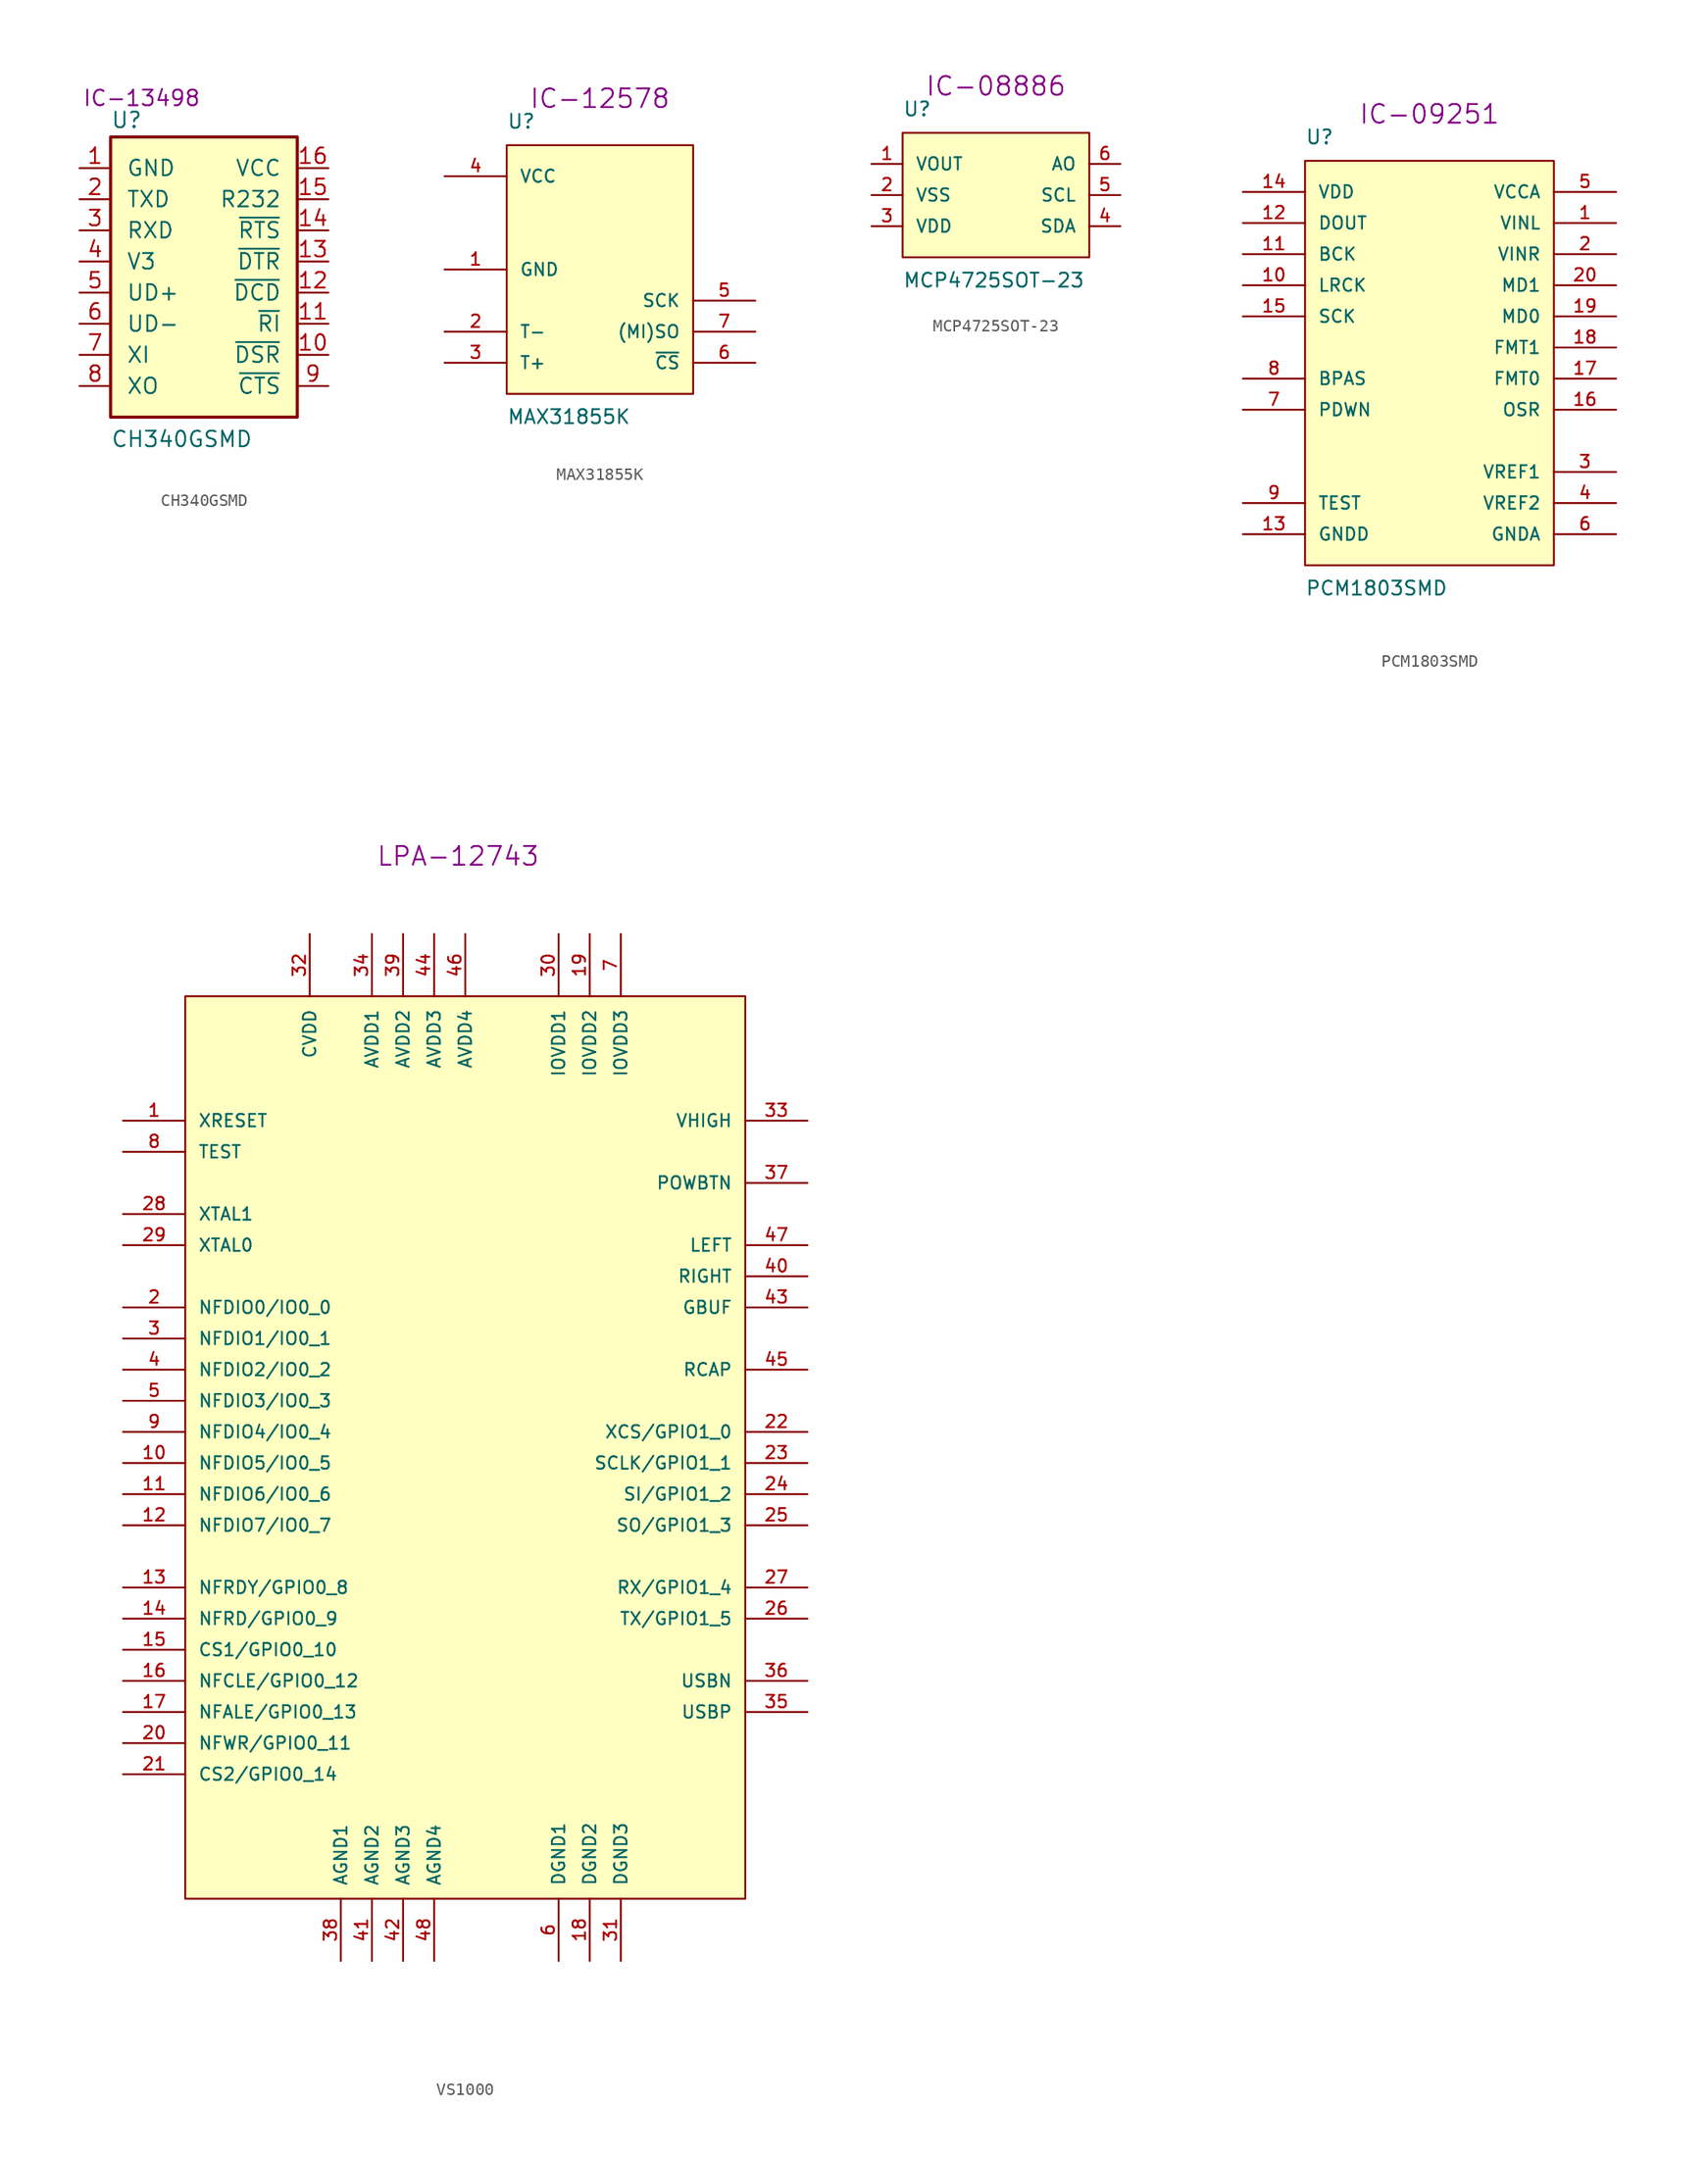
<source format=kicad_sym>
(kicad_symbol_lib
  (version 20201005)
  (generator kicad_symbol_editor)
  (symbol "CH340GSMD"
    (pin_names
      (offset 1.27))
    (property "Reference" "U"
      (at -7.62 10.795 0)
      (effects (font (size 1.27 1.27)) (justify left bottom)))
    (property "Value" "CH340GSMD"
      (at -7.62 -15.24 0)
      (effects (font (size 1.27 1.27)) (justify left bottom)))
    (property "Field4" "IC-13498"
      (at -5.08 13.335 0)
      (effects (font (size 1.27 1.27))))
    (symbol "CH340GSMD_1_1"
      (rectangle (start -7.62 -12.7) (end 7.62 10.16) (stroke (width 0.254)) (fill (type background)))
      (pin bidirectional line (at -10.16 7.62 0) (length 2.54) (name "GND" (effects (font (size 1.27 1.27)))) (number "1" (effects (font (size 1.27 1.27)))))
      (pin bidirectional line (at -10.16 5.08 0) (length 2.54) (name "TXD" (effects (font (size 1.27 1.27)))) (number "2" (effects (font (size 1.27 1.27)))))
      (pin bidirectional line (at -10.16 2.54 0) (length 2.54) (name "RXD" (effects (font (size 1.27 1.27)))) (number "3" (effects (font (size 1.27 1.27)))))
      (pin bidirectional line (at -10.16 0 0) (length 2.54) (name "V3" (effects (font (size 1.27 1.27)))) (number "4" (effects (font (size 1.27 1.27)))))
      (pin bidirectional line (at -10.16 -2.54 0) (length 2.54) (name "UD+" (effects (font (size 1.27 1.27)))) (number "5" (effects (font (size 1.27 1.27)))))
      (pin bidirectional line (at -10.16 -5.08 0) (length 2.54) (name "UD-" (effects (font (size 1.27 1.27)))) (number "6" (effects (font (size 1.27 1.27)))))
      (pin bidirectional line (at -10.16 -7.62 0) (length 2.54) (name "XI" (effects (font (size 1.27 1.27)))) (number "7" (effects (font (size 1.27 1.27)))))
      (pin bidirectional line (at -10.16 -10.16 0) (length 2.54) (name "XO" (effects (font (size 1.27 1.27)))) (number "8" (effects (font (size 1.27 1.27)))))
      (pin bidirectional line (at 10.16 -10.16 180) (length 2.54) (name "~CTS" (effects (font (size 1.27 1.27)))) (number "9" (effects (font (size 1.27 1.27)))))
      (pin bidirectional line (at 10.16 -7.62 180) (length 2.54) (name "~DSR" (effects (font (size 1.27 1.27)))) (number "10" (effects (font (size 1.27 1.27)))))
      (pin bidirectional line (at 10.16 -5.08 180) (length 2.54) (name "~RI" (effects (font (size 1.27 1.27)))) (number "11" (effects (font (size 1.27 1.27)))))
      (pin bidirectional line (at 10.16 -2.54 180) (length 2.54) (name "~DCD" (effects (font (size 1.27 1.27)))) (number "12" (effects (font (size 1.27 1.27)))))
      (pin bidirectional line (at 10.16 0 180) (length 2.54) (name "~DTR" (effects (font (size 1.27 1.27)))) (number "13" (effects (font (size 1.27 1.27)))))
      (pin bidirectional line (at 10.16 2.54 180) (length 2.54) (name "~RTS" (effects (font (size 1.27 1.27)))) (number "14" (effects (font (size 1.27 1.27)))))
      (pin bidirectional line (at 10.16 5.08 180) (length 2.54) (name "R232" (effects (font (size 1.27 1.27)))) (number "15" (effects (font (size 1.27 1.27)))))
      (pin bidirectional line (at 10.16 7.62 180) (length 2.54) (name "VCC" (effects (font (size 1.27 1.27)))) (number "16" (effects (font (size 1.27 1.27)))))))
  (symbol "MAX31855K"
    (pin_names
      (offset 1.016))
    (property "Reference" "U"
      (at -7.62 11.43 0)
      (effects (font (size 1.143 1.143)) (justify left bottom)))
    (property "Value" "MAX31855K"
      (at -7.62 -12.7 0)
      (effects (font (size 1.143 1.143)) (justify left bottom)))
    (property "Field4" "IC-12578"
      (at 0 13.97 0)
      (effects (font (size 1.524 1.524))))
    (property "ki_locked" ""
      (at 0 0 0)
      (effects (font (size 1.27 1.27))))
    (symbol "MAX31855K_1_1"
      (polyline (pts (xy -7.62 -10.16) (xy 7.62 -10.16) (xy 7.62 10.16) (xy -7.62 10.16) (xy -7.62 -10.16)) (stroke (width 0)) (fill (type background)))
      (pin bidirectional line (at -12.7 0 0) (length 5.08) (name "GND" (effects (font (size 1.016 1.016)))) (number "1" (effects (font (size 1.016 1.016)))))
      (pin bidirectional line (at -12.7 -5.08 0) (length 5.08) (name "T-" (effects (font (size 1.016 1.016)))) (number "2" (effects (font (size 1.016 1.016)))))
      (pin bidirectional line (at -12.7 -7.62 0) (length 5.08) (name "T+" (effects (font (size 1.016 1.016)))) (number "3" (effects (font (size 1.016 1.016)))))
      (pin bidirectional line (at -12.7 7.62 0) (length 5.08) (name "VCC" (effects (font (size 1.016 1.016)))) (number "4" (effects (font (size 1.016 1.016)))))
      (pin bidirectional line (at 12.7 -2.54 180) (length 5.08) (name "SCK" (effects (font (size 1.016 1.016)))) (number "5" (effects (font (size 1.016 1.016)))))
      (pin bidirectional line (at 12.7 -7.62 180) (length 5.08) (name "~CS" (effects (font (size 1.016 1.016)))) (number "6" (effects (font (size 1.016 1.016)))))
      (pin bidirectional line (at 12.7 -5.08 180) (length 5.08) (name "(MI)SO" (effects (font (size 1.016 1.016)))) (number "7" (effects (font (size 1.016 1.016)))))))
  (symbol "MCP4725SOT-23"
    (pin_names
      (offset 1.016))
    (property "Reference" "U"
      (at -7.62 6.35 0)
      (effects (font (size 1.143 1.143)) (justify left bottom)))
    (property "Value" "MCP4725SOT-23"
      (at -7.62 -7.62 0)
      (effects (font (size 1.143 1.143)) (justify left bottom)))
    (property "Field4" "IC-08886"
      (at 0 8.89 0)
      (effects (font (size 1.524 1.524))))
    (property "ki_locked" ""
      (at 0 0 0)
      (effects (font (size 1.27 1.27))))
    (symbol "MCP4725SOT-23_1_1"
      (polyline (pts (xy -7.62 -5.08) (xy 7.62 -5.08) (xy 7.62 5.08) (xy -7.62 5.08) (xy -7.62 -5.08)) (stroke (width 0)) (fill (type background)))
      (pin bidirectional line (at -10.16 2.54 0) (length 2.54) (name "VOUT" (effects (font (size 1.016 1.016)))) (number "1" (effects (font (size 1.016 1.016)))))
      (pin bidirectional line (at -10.16 0 0) (length 2.54) (name "VSS" (effects (font (size 1.016 1.016)))) (number "2" (effects (font (size 1.016 1.016)))))
      (pin bidirectional line (at -10.16 -2.54 0) (length 2.54) (name "VDD" (effects (font (size 1.016 1.016)))) (number "3" (effects (font (size 1.016 1.016)))))
      (pin bidirectional line (at 10.16 -2.54 180) (length 2.54) (name "SDA" (effects (font (size 1.016 1.016)))) (number "4" (effects (font (size 1.016 1.016)))))
      (pin bidirectional line (at 10.16 0 180) (length 2.54) (name "SCL" (effects (font (size 1.016 1.016)))) (number "5" (effects (font (size 1.016 1.016)))))
      (pin bidirectional line (at 10.16 2.54 180) (length 2.54) (name "AO" (effects (font (size 1.016 1.016)))) (number "6" (effects (font (size 1.016 1.016)))))))
  (symbol "PCM1803SMD"
    (pin_names
      (offset 1.016))
    (property "Reference" "U"
      (at -10.16 17.78 0)
      (effects (font (size 1.143 1.143)) (justify left bottom)))
    (property "Value" "PCM1803SMD"
      (at -10.16 -19.05 0)
      (effects (font (size 1.143 1.143)) (justify left bottom)))
    (property "Field4" "IC-09251"
      (at 0 20.32 0)
      (effects (font (size 1.524 1.524))))
    (property "ki_locked" ""
      (at 0 0 0)
      (effects (font (size 1.27 1.27))))
    (symbol "PCM1803SMD_1_1"
      (polyline (pts (xy -10.16 -16.51) (xy 10.16 -16.51) (xy 10.16 16.51) (xy -10.16 16.51) (xy -10.16 -16.51)) (stroke (width 0)) (fill (type background)))
      (pin bidirectional line (at 15.24 11.43 180) (length 5.08) (name "VINL" (effects (font (size 1.016 1.016)))) (number "1" (effects (font (size 1.016 1.016)))))
      (pin bidirectional line (at 15.24 8.89 180) (length 5.08) (name "VINR" (effects (font (size 1.016 1.016)))) (number "2" (effects (font (size 1.016 1.016)))))
      (pin bidirectional line (at 15.24 -8.89 180) (length 5.08) (name "VREF1" (effects (font (size 1.016 1.016)))) (number "3" (effects (font (size 1.016 1.016)))))
      (pin bidirectional line (at 15.24 -11.43 180) (length 5.08) (name "VREF2" (effects (font (size 1.016 1.016)))) (number "4" (effects (font (size 1.016 1.016)))))
      (pin bidirectional line (at 15.24 13.97 180) (length 5.08) (name "VCCA" (effects (font (size 1.016 1.016)))) (number "5" (effects (font (size 1.016 1.016)))))
      (pin bidirectional line (at 15.24 -13.97 180) (length 5.08) (name "GNDA" (effects (font (size 1.016 1.016)))) (number "6" (effects (font (size 1.016 1.016)))))
      (pin bidirectional line (at -15.24 -3.81 0) (length 5.08) (name "PDWN" (effects (font (size 1.016 1.016)))) (number "7" (effects (font (size 1.016 1.016)))))
      (pin bidirectional line (at -15.24 -1.27 0) (length 5.08) (name "BPAS" (effects (font (size 1.016 1.016)))) (number "8" (effects (font (size 1.016 1.016)))))
      (pin bidirectional line (at -15.24 -11.43 0) (length 5.08) (name "TEST" (effects (font (size 1.016 1.016)))) (number "9" (effects (font (size 1.016 1.016)))))
      (pin bidirectional line (at -15.24 6.35 0) (length 5.08) (name "LRCK" (effects (font (size 1.016 1.016)))) (number "10" (effects (font (size 1.016 1.016)))))
      (pin bidirectional line (at 15.24 6.35 180) (length 5.08) (name "MD1" (effects (font (size 1.016 1.016)))) (number "20" (effects (font (size 1.016 1.016)))))
      (pin bidirectional line (at -15.24 8.89 0) (length 5.08) (name "BCK" (effects (font (size 1.016 1.016)))) (number "11" (effects (font (size 1.016 1.016)))))
      (pin bidirectional line (at -15.24 11.43 0) (length 5.08) (name "DOUT" (effects (font (size 1.016 1.016)))) (number "12" (effects (font (size 1.016 1.016)))))
      (pin bidirectional line (at -15.24 -13.97 0) (length 5.08) (name "GNDD" (effects (font (size 1.016 1.016)))) (number "13" (effects (font (size 1.016 1.016)))))
      (pin bidirectional line (at -15.24 13.97 0) (length 5.08) (name "VDD" (effects (font (size 1.016 1.016)))) (number "14" (effects (font (size 1.016 1.016)))))
      (pin bidirectional line (at -15.24 3.81 0) (length 5.08) (name "SCK" (effects (font (size 1.016 1.016)))) (number "15" (effects (font (size 1.016 1.016)))))
      (pin bidirectional line (at 15.24 -3.81 180) (length 5.08) (name "OSR" (effects (font (size 1.016 1.016)))) (number "16" (effects (font (size 1.016 1.016)))))
      (pin bidirectional line (at 15.24 -1.27 180) (length 5.08) (name "FMT0" (effects (font (size 1.016 1.016)))) (number "17" (effects (font (size 1.016 1.016)))))
      (pin bidirectional line (at 15.24 1.27 180) (length 5.08) (name "FMT1" (effects (font (size 1.016 1.016)))) (number "18" (effects (font (size 1.016 1.016)))))
      (pin bidirectional line (at 15.24 3.81 180) (length 5.08) (name "MD0" (effects (font (size 1.016 1.016)))) (number "19" (effects (font (size 1.016 1.016)))))))
  (symbol "VS1000"
    (pin_names
      (offset 1.016))
    (property "Reference" "M"
      (at -12.7 -5.08 0)
      (effects (font (size 1.143 1.143)) hide))
    (property "Field4" "LPA-12743 "
      (at 0 46.99 0)
      (effects (font (size 1.524 1.524))))
    (property "ki_locked" ""
      (at 0 0 0)
      (effects (font (size 1.27 1.27))))
    (symbol "VS1000_1_1"
      (polyline (pts (xy -22.86 -38.1) (xy -22.86 35.56) (xy 22.86 35.56) (xy 22.86 -38.1) (xy -22.86 -38.1)) (stroke (width 0)) (fill (type background)))
      (pin bidirectional line (at -27.94 25.4 0) (length 5.08) (name "XRESET" (effects (font (size 1.016 1.016)))) (number "1" (effects (font (size 1.016 1.016)))))
      (pin bidirectional line (at -27.94 10.16 0) (length 5.08) (name "NFDIO0/IO0_0" (effects (font (size 1.016 1.016)))) (number "2" (effects (font (size 1.016 1.016)))))
      (pin bidirectional line (at -27.94 7.62 0) (length 5.08) (name "NFDIO1/IO0_1" (effects (font (size 1.016 1.016)))) (number "3" (effects (font (size 1.016 1.016)))))
      (pin bidirectional line (at -27.94 5.08 0) (length 5.08) (name "NFDIO2/IO0_2" (effects (font (size 1.016 1.016)))) (number "4" (effects (font (size 1.016 1.016)))))
      (pin bidirectional line (at -27.94 2.54 0) (length 5.08) (name "NFDIO3/IO0_3" (effects (font (size 1.016 1.016)))) (number "5" (effects (font (size 1.016 1.016)))))
      (pin bidirectional line (at 7.62 -43.18 90) (length 5.08) (name "DGND1" (effects (font (size 1.016 1.016)))) (number "6" (effects (font (size 1.016 1.016)))))
      (pin bidirectional line (at 12.7 40.64 270) (length 5.08) (name "IOVDD3" (effects (font (size 1.016 1.016)))) (number "7" (effects (font (size 1.016 1.016)))))
      (pin bidirectional line (at -27.94 22.86 0) (length 5.08) (name "TEST" (effects (font (size 1.016 1.016)))) (number "8" (effects (font (size 1.016 1.016)))))
      (pin bidirectional line (at -27.94 0 0) (length 5.08) (name "NFDIO4/IO0_4" (effects (font (size 1.016 1.016)))) (number "9" (effects (font (size 1.016 1.016)))))
      (pin bidirectional line (at -27.94 -2.54 0) (length 5.08) (name "NFDIO5/IO0_5" (effects (font (size 1.016 1.016)))) (number "10" (effects (font (size 1.016 1.016)))))
      (pin bidirectional line (at -27.94 -25.4 0) (length 5.08) (name "NFWR/GPIO0_11" (effects (font (size 1.016 1.016)))) (number "20" (effects (font (size 1.016 1.016)))))
      (pin bidirectional line (at 7.62 40.64 270) (length 5.08) (name "IOVDD1" (effects (font (size 1.016 1.016)))) (number "30" (effects (font (size 1.016 1.016)))))
      (pin bidirectional line (at 27.94 12.7 180) (length 5.08) (name "RIGHT" (effects (font (size 1.016 1.016)))) (number "40" (effects (font (size 1.016 1.016)))))
      (pin bidirectional line (at -27.94 -5.08 0) (length 5.08) (name "NFDIO6/IO0_6" (effects (font (size 1.016 1.016)))) (number "11" (effects (font (size 1.016 1.016)))))
      (pin bidirectional line (at -27.94 -27.94 0) (length 5.08) (name "CS2/GPIO0_14" (effects (font (size 1.016 1.016)))) (number "21" (effects (font (size 1.016 1.016)))))
      (pin bidirectional line (at 12.7 -43.18 90) (length 5.08) (name "DGND3" (effects (font (size 1.016 1.016)))) (number "31" (effects (font (size 1.016 1.016)))))
      (pin bidirectional line (at -7.62 -43.18 90) (length 5.08) (name "AGND2" (effects (font (size 1.016 1.016)))) (number "41" (effects (font (size 1.016 1.016)))))
      (pin bidirectional line (at -27.94 -7.62 0) (length 5.08) (name "NFDIO7/IO0_7" (effects (font (size 1.016 1.016)))) (number "12" (effects (font (size 1.016 1.016)))))
      (pin bidirectional line (at 27.94 0 180) (length 5.08) (name "XCS/GPIO1_0" (effects (font (size 1.016 1.016)))) (number "22" (effects (font (size 1.016 1.016)))))
      (pin bidirectional line (at -12.7 40.64 270) (length 5.08) (name "CVDD" (effects (font (size 1.016 1.016)))) (number "32" (effects (font (size 1.016 1.016)))))
      (pin bidirectional line (at -5.08 -43.18 90) (length 5.08) (name "AGND3" (effects (font (size 1.016 1.016)))) (number "42" (effects (font (size 1.016 1.016)))))
      (pin bidirectional line (at -27.94 -12.7 0) (length 5.08) (name "NFRDY/GPIO0_8" (effects (font (size 1.016 1.016)))) (number "13" (effects (font (size 1.016 1.016)))))
      (pin bidirectional line (at 27.94 -2.54 180) (length 5.08) (name "SCLK/GPIO1_1" (effects (font (size 1.016 1.016)))) (number "23" (effects (font (size 1.016 1.016)))))
      (pin bidirectional line (at 27.94 25.4 180) (length 5.08) (name "VHIGH" (effects (font (size 1.016 1.016)))) (number "33" (effects (font (size 1.016 1.016)))))
      (pin bidirectional line (at 27.94 10.16 180) (length 5.08) (name "GBUF" (effects (font (size 1.016 1.016)))) (number "43" (effects (font (size 1.016 1.016)))))
      (pin bidirectional line (at -27.94 -15.24 0) (length 5.08) (name "NFRD/GPIO0_9" (effects (font (size 1.016 1.016)))) (number "14" (effects (font (size 1.016 1.016)))))
      (pin bidirectional line (at 27.94 -5.08 180) (length 5.08) (name "SI/GPIO1_2" (effects (font (size 1.016 1.016)))) (number "24" (effects (font (size 1.016 1.016)))))
      (pin bidirectional line (at -7.62 40.64 270) (length 5.08) (name "AVDD1" (effects (font (size 1.016 1.016)))) (number "34" (effects (font (size 1.016 1.016)))))
      (pin bidirectional line (at -2.54 40.64 270) (length 5.08) (name "AVDD3" (effects (font (size 1.016 1.016)))) (number "44" (effects (font (size 1.016 1.016)))))
      (pin bidirectional line (at -27.94 -17.78 0) (length 5.08) (name "CS1/GPIO0_10" (effects (font (size 1.016 1.016)))) (number "15" (effects (font (size 1.016 1.016)))))
      (pin bidirectional line (at 27.94 -7.62 180) (length 5.08) (name "SO/GPIO1_3" (effects (font (size 1.016 1.016)))) (number "25" (effects (font (size 1.016 1.016)))))
      (pin bidirectional line (at 27.94 -22.86 180) (length 5.08) (name "USBP" (effects (font (size 1.016 1.016)))) (number "35" (effects (font (size 1.016 1.016)))))
      (pin bidirectional line (at 27.94 5.08 180) (length 5.08) (name "RCAP" (effects (font (size 1.016 1.016)))) (number "45" (effects (font (size 1.016 1.016)))))
      (pin bidirectional line (at -27.94 -20.32 0) (length 5.08) (name "NFCLE/GPIO0_12" (effects (font (size 1.016 1.016)))) (number "16" (effects (font (size 1.016 1.016)))))
      (pin bidirectional line (at 27.94 -15.24 180) (length 5.08) (name "TX/GPIO1_5" (effects (font (size 1.016 1.016)))) (number "26" (effects (font (size 1.016 1.016)))))
      (pin bidirectional line (at 27.94 -20.32 180) (length 5.08) (name "USBN" (effects (font (size 1.016 1.016)))) (number "36" (effects (font (size 1.016 1.016)))))
      (pin bidirectional line (at 0 40.64 270) (length 5.08) (name "AVDD4" (effects (font (size 1.016 1.016)))) (number "46" (effects (font (size 1.016 1.016)))))
      (pin bidirectional line (at -27.94 -22.86 0) (length 5.08) (name "NFALE/GPIO0_13" (effects (font (size 1.016 1.016)))) (number "17" (effects (font (size 1.016 1.016)))))
      (pin bidirectional line (at 27.94 -12.7 180) (length 5.08) (name "RX/GPIO1_4" (effects (font (size 1.016 1.016)))) (number "27" (effects (font (size 1.016 1.016)))))
      (pin bidirectional line (at 27.94 20.32 180) (length 5.08) (name "POWBTN" (effects (font (size 1.016 1.016)))) (number "37" (effects (font (size 1.016 1.016)))))
      (pin bidirectional line (at 27.94 15.24 180) (length 5.08) (name "LEFT" (effects (font (size 1.016 1.016)))) (number "47" (effects (font (size 1.016 1.016)))))
      (pin bidirectional line (at 10.16 -43.18 90) (length 5.08) (name "DGND2" (effects (font (size 1.016 1.016)))) (number "18" (effects (font (size 1.016 1.016)))))
      (pin bidirectional line (at -27.94 17.78 0) (length 5.08) (name "XTAL1" (effects (font (size 1.016 1.016)))) (number "28" (effects (font (size 1.016 1.016)))))
      (pin bidirectional line (at -10.16 -43.18 90) (length 5.08) (name "AGND1" (effects (font (size 1.016 1.016)))) (number "38" (effects (font (size 1.016 1.016)))))
      (pin bidirectional line (at -2.54 -43.18 90) (length 5.08) (name "AGND4" (effects (font (size 1.016 1.016)))) (number "48" (effects (font (size 1.016 1.016)))))
      (pin bidirectional line (at 10.16 40.64 270) (length 5.08) (name "IOVDD2" (effects (font (size 1.016 1.016)))) (number "19" (effects (font (size 1.016 1.016)))))
      (pin bidirectional line (at -27.94 15.24 0) (length 5.08) (name "XTAL0" (effects (font (size 1.016 1.016)))) (number "29" (effects (font (size 1.016 1.016)))))
      (pin bidirectional line (at -5.08 40.64 270) (length 5.08) (name "AVDD2" (effects (font (size 1.016 1.016)))) (number "39" (effects (font (size 1.016 1.016))))))))
</source>
